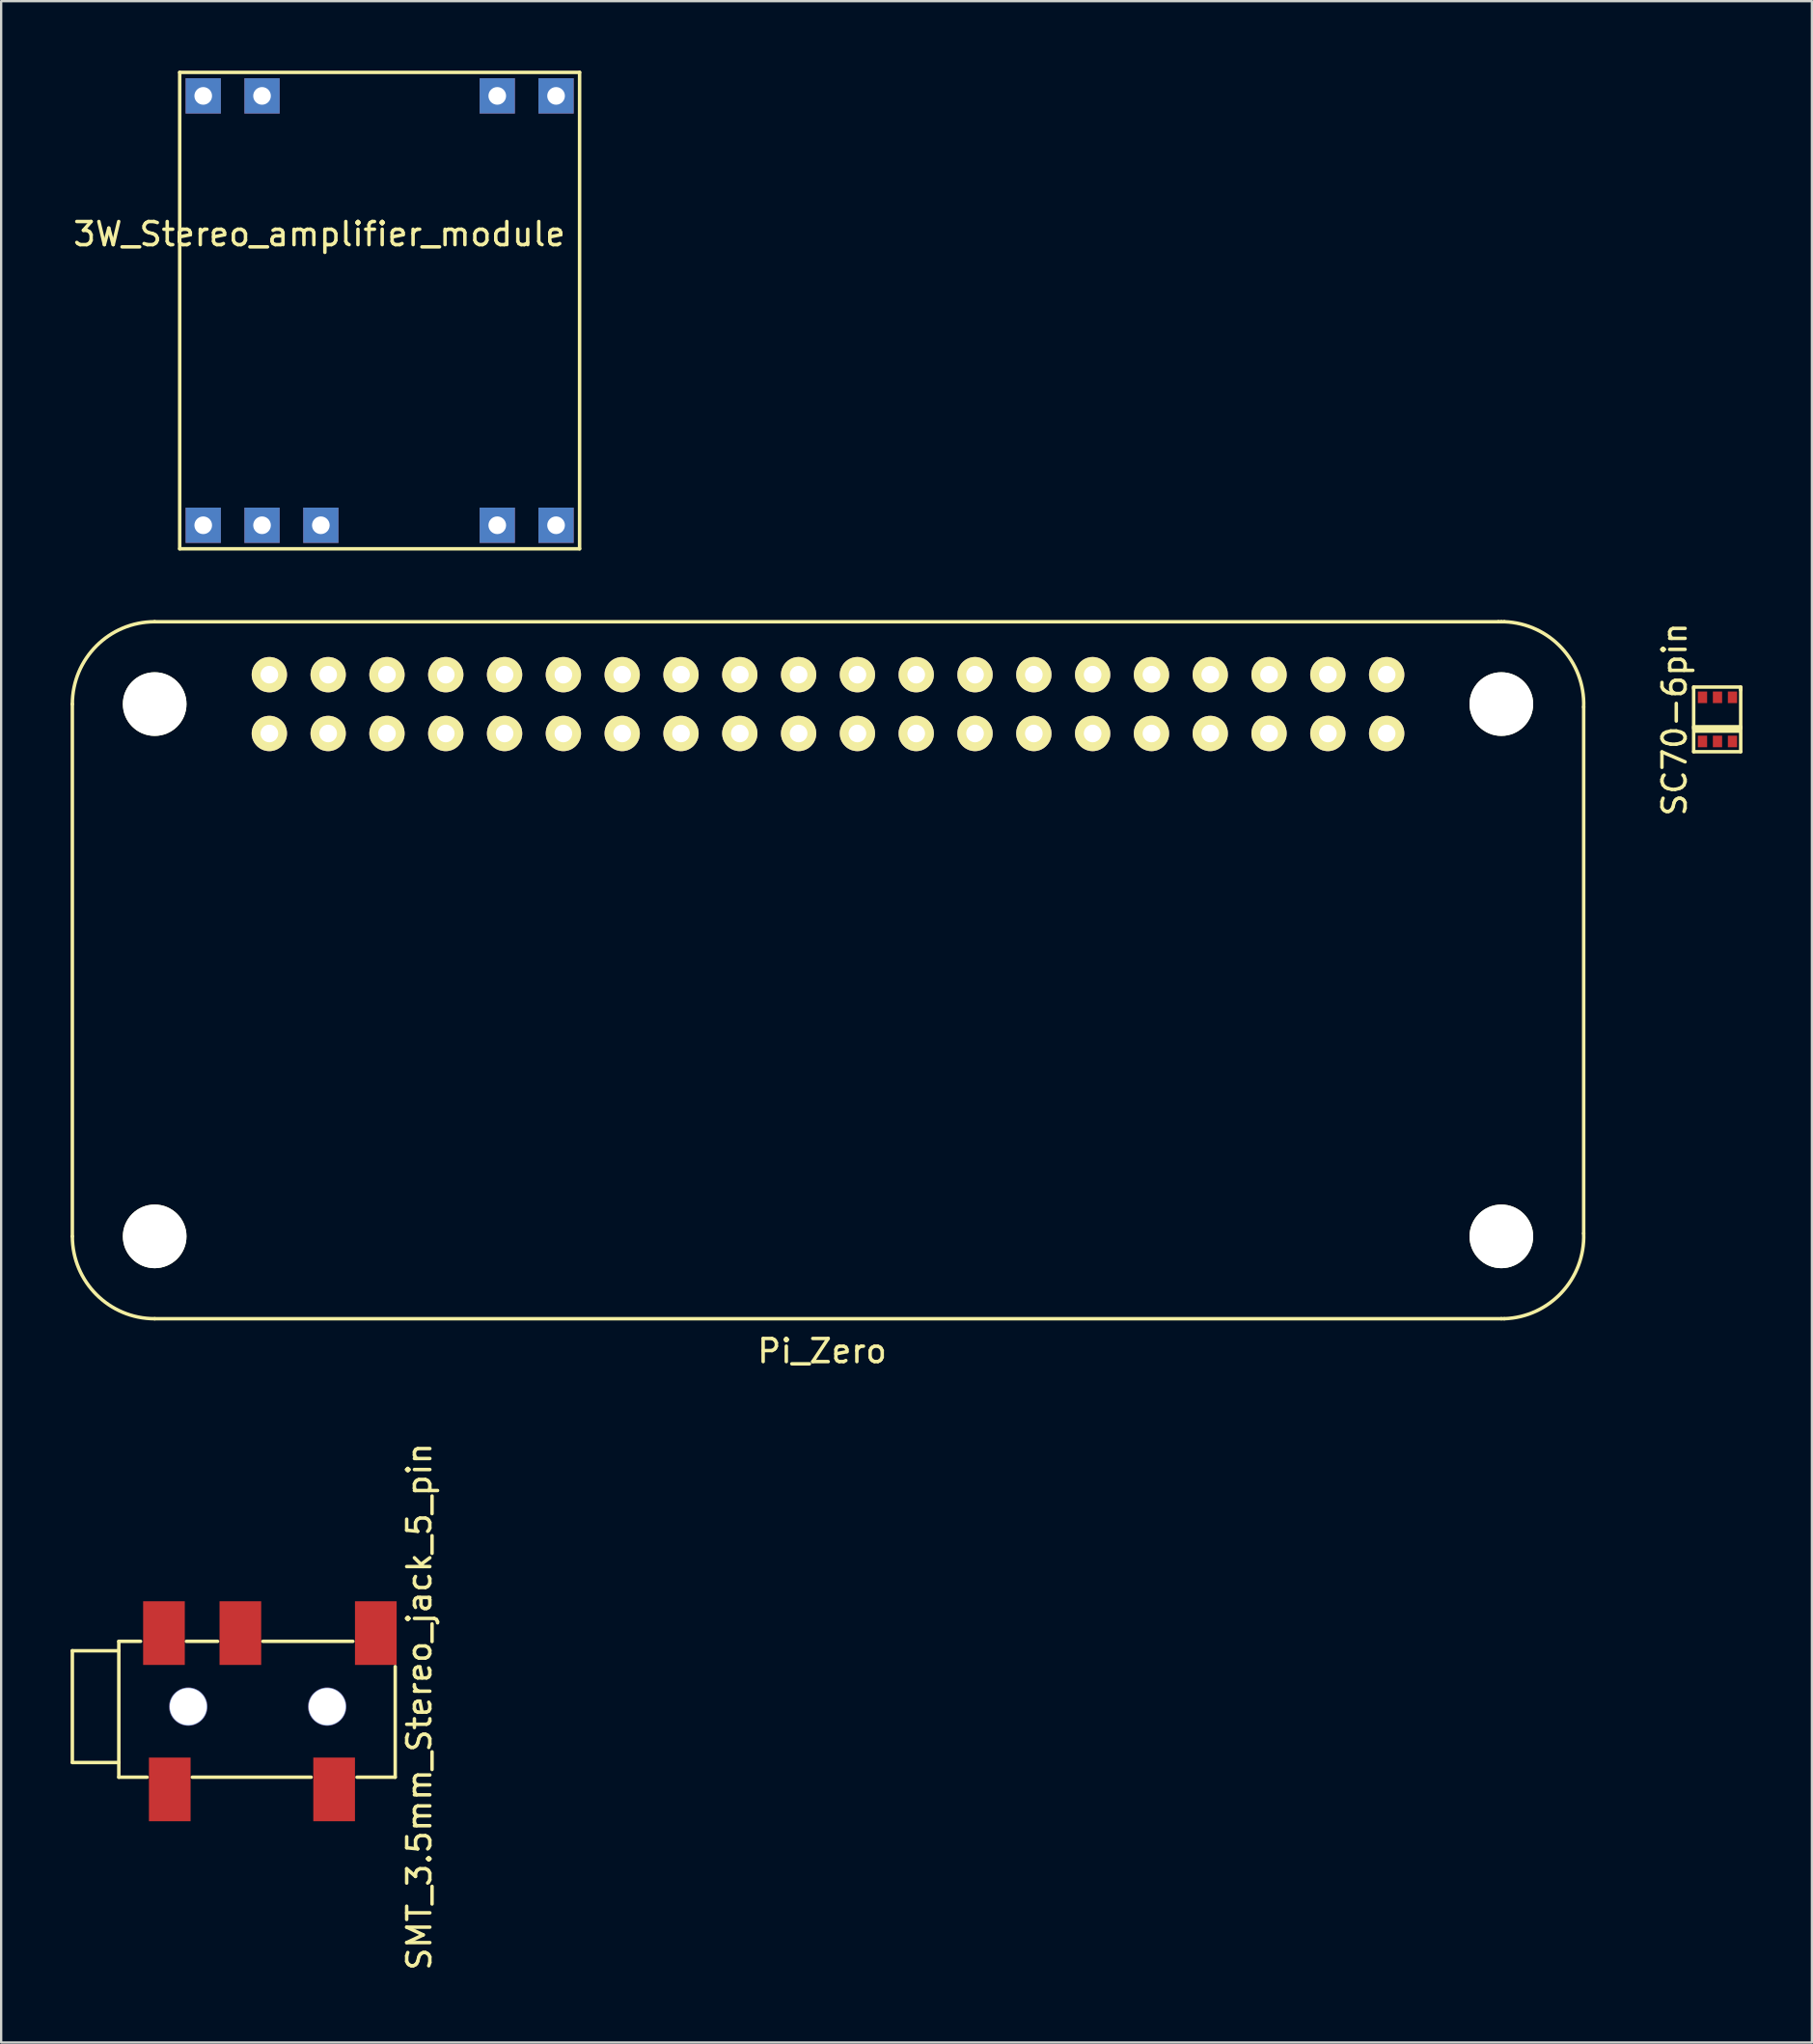
<source format=kicad_pcb>
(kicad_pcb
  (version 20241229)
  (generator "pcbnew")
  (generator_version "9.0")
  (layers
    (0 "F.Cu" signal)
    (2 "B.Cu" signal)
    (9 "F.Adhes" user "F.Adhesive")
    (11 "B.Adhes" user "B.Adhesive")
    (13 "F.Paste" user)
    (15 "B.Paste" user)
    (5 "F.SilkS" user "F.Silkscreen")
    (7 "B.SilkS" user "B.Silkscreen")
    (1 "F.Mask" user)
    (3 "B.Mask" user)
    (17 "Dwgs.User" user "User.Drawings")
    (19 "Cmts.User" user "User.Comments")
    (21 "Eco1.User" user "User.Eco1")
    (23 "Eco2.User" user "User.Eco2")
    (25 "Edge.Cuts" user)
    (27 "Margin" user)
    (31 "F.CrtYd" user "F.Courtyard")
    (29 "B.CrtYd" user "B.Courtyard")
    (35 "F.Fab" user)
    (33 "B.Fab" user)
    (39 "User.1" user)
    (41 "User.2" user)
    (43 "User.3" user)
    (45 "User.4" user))
  (footprint "3W_Stereo_amplifier_module"
    (layer "F.Cu")
    (at 5.728 1.091)
    (property "Reference" "3W_Stereo_amplifier_module" (at 5.016 5.969 0) (layer "F.SilkS") (effects (font (size 1 1) (thickness 0.15))))
    (attr through_hole)
    (fp_line (start -1.016 -1.016) (end 16.256 -1.016) (stroke (width 0.15) (type solid)) (layer "F.SilkS"))
    (fp_line (start -1.016 19.558) (end -1.016 -1.016) (stroke (width 0.15) (type solid)) (layer "F.SilkS"))
    (fp_line (start 16.256 -1.016) (end 16.256 19.558) (stroke (width 0.15) (type solid)) (layer "F.SilkS"))
    (fp_line (start 16.256 19.558) (end -1.016 19.558) (stroke (width 0.15) (type solid)) (layer "F.SilkS"))
    (pad "1" thru_hole rect (at 0 18.542) (size 1.524 1.524) (drill 0.762) (layers "*.Cu" "*.Mask"))
    (pad "2" thru_hole rect (at 2.54 18.542) (size 1.524 1.524) (drill 0.762) (layers "*.Cu" "*.Mask"))
    (pad "3" thru_hole rect (at 5.08 18.542) (size 1.524 1.524) (drill 0.762) (layers "*.Cu" "*.Mask"))
    (pad "4" thru_hole rect (at 12.7 18.542) (size 1.524 1.524) (drill 0.762) (layers "*.Cu" "*.Mask"))
    (pad "5" thru_hole rect (at 15.24 18.542) (size 1.524 1.524) (drill 0.762) (layers "*.Cu" "*.Mask"))
    (pad "6" thru_hole rect (at 15.24 0) (size 1.524 1.524) (drill 0.762) (layers "*.Cu" "*.Mask"))
    (pad "7" thru_hole rect (at 12.7 0) (size 1.524 1.524) (drill 0.762) (layers "*.Cu" "*.Mask"))
    (pad "8" thru_hole rect (at 2.54 0) (size 1.524 1.524) (drill 0.762) (layers "*.Cu" "*.Mask"))
    (pad "9" thru_hole rect (at 0 0) (size 1.524 1.524) (drill 0.762) (layers "*.Cu" "*.Mask")))
  (footprint "Pi_Zero"
    (layer "F.Cu")
    (at 32.714 37.007)
    (property "Reference" "Pi_Zero" (at -0.254 18.288 0) (layer "F.SilkS") (effects (font (size 1 1) (thickness 0.15))))
    (attr through_hole)
    (fp_line (start -32.639 13.335) (end -32.639 -9.652) (stroke (width 0.15) (type solid)) (layer "F.SilkS"))
    (fp_line (start -29.083 -13.208) (end 28.956 -13.208) (stroke (width 0.15) (type solid)) (layer "F.SilkS"))
    (fp_line (start 29.083 -13.208) (end 28.956 -13.208) (stroke (width 0.15) (type solid)) (layer "F.SilkS"))
    (fp_line (start 29.083 16.891) (end -29.083 16.891) (stroke (width 0.15) (type solid)) (layer "F.SilkS"))
    (fp_line (start 29.21 -13.208) (end 29.083 -13.208) (stroke (width 0.15) (type solid)) (layer "F.SilkS"))
    (fp_line (start 29.21 16.891) (end 29.083 16.891) (stroke (width 0.15) (type solid)) (layer "F.SilkS"))
    (fp_line (start 32.639 13.208) (end 32.639 -9.525) (stroke (width 0.15) (type solid)) (layer "F.SilkS"))
    (fp_arc (start -32.639 -9.652) (mid -31.597472 -12.166472) (end -29.083 -13.208) (stroke (width 0.15) (type solid)) (layer "F.SilkS"))
    (fp_arc (start -29.083 16.891) (mid -31.597472 15.849472) (end -32.639 13.335) (stroke (width 0.15) (type solid)) (layer "F.SilkS"))
    (fp_arc (start 29.21 -13.208) (mid 31.687274 -12.076669) (end 32.639 -9.525) (stroke (width 0.15) (type solid)) (layer "F.SilkS"))
    (fp_arc (start 32.639 13.208) (mid 31.687274 15.759669) (end 29.21 16.891) (stroke (width 0.15) (type solid)) (layer "F.SilkS"))
    (pad "" np_thru_hole circle (at -29.083 -9.652) (size 2.75 2.75) (drill 2.75) (layers "*.Cu" "*.Mask" "F.SilkS"))
    (pad "" np_thru_hole circle (at -29.083 13.335) (size 2.75 2.75) (drill 2.75) (layers "*.Cu" "*.Mask" "F.SilkS"))
    (pad "" np_thru_hole circle (at 29.083 -9.652) (size 2.75 2.75) (drill 2.75) (layers "*.Cu" "*.Mask" "F.SilkS"))
    (pad "" np_thru_hole circle (at 29.083 13.335) (size 2.75 2.75) (drill 2.75) (layers "*.Cu" "*.Mask" "F.SilkS"))
    (pad "1" thru_hole circle (at -24.13 -8.382) (size 1.524 1.524) (drill 0.762) (layers "*.Cu" "*.Mask" "F.SilkS"))
    (pad "2" thru_hole circle (at -24.13 -10.922) (size 1.524 1.524) (drill 0.762) (layers "*.Cu" "*.Mask" "F.SilkS"))
    (pad "3" thru_hole circle (at -21.59 -8.382) (size 1.524 1.524) (drill 0.762) (layers "*.Cu" "*.Mask" "F.SilkS"))
    (pad "4" thru_hole circle (at -21.59 -10.922) (size 1.524 1.524) (drill 0.762) (layers "*.Cu" "*.Mask" "F.SilkS"))
    (pad "5" thru_hole circle (at -19.05 -8.382) (size 1.524 1.524) (drill 0.762) (layers "*.Cu" "*.Mask" "F.SilkS"))
    (pad "6" thru_hole circle (at -19.05 -10.922) (size 1.524 1.524) (drill 0.762) (layers "*.Cu" "*.Mask" "F.SilkS"))
    (pad "7" thru_hole circle (at -16.51 -8.382) (size 1.524 1.524) (drill 0.762) (layers "*.Cu" "*.Mask" "F.SilkS"))
    (pad "8" thru_hole circle (at -16.51 -10.922) (size 1.524 1.524) (drill 0.762) (layers "*.Cu" "*.Mask" "F.SilkS"))
    (pad "9" thru_hole circle (at -13.97 -8.382) (size 1.524 1.524) (drill 0.762) (layers "*.Cu" "*.Mask" "F.SilkS"))
    (pad "10" thru_hole circle (at -13.97 -10.922) (size 1.524 1.524) (drill 0.762) (layers "*.Cu" "*.Mask" "F.SilkS"))
    (pad "11" thru_hole circle (at -11.43 -8.382) (size 1.524 1.524) (drill 0.762) (layers "*.Cu" "*.Mask" "F.SilkS"))
    (pad "12" thru_hole circle (at -11.43 -10.922) (size 1.524 1.524) (drill 0.762) (layers "*.Cu" "*.Mask" "F.SilkS"))
    (pad "13" thru_hole circle (at -8.89 -8.382) (size 1.524 1.524) (drill 0.762) (layers "*.Cu" "*.Mask" "F.SilkS"))
    (pad "14" thru_hole circle (at -8.89 -10.922) (size 1.524 1.524) (drill 0.762) (layers "*.Cu" "*.Mask" "F.SilkS"))
    (pad "15" thru_hole circle (at -6.35 -8.382) (size 1.524 1.524) (drill 0.762) (layers "*.Cu" "*.Mask" "F.SilkS"))
    (pad "16" thru_hole circle (at -6.35 -10.922) (size 1.524 1.524) (drill 0.762) (layers "*.Cu" "*.Mask" "F.SilkS"))
    (pad "17" thru_hole circle (at -3.81 -8.382) (size 1.524 1.524) (drill 0.762) (layers "*.Cu" "*.Mask" "F.SilkS"))
    (pad "18" thru_hole circle (at -3.81 -10.922) (size 1.524 1.524) (drill 0.762) (layers "*.Cu" "*.Mask" "F.SilkS"))
    (pad "19" thru_hole circle (at -1.27 -8.382) (size 1.524 1.524) (drill 0.762) (layers "*.Cu" "*.Mask" "F.SilkS"))
    (pad "20" thru_hole circle (at -1.27 -10.922) (size 1.524 1.524) (drill 0.762) (layers "*.Cu" "*.Mask" "F.SilkS"))
    (pad "21" thru_hole circle (at 1.27 -8.382) (size 1.524 1.524) (drill 0.762) (layers "*.Cu" "*.Mask" "F.SilkS"))
    (pad "22" thru_hole circle (at 1.27 -10.922) (size 1.524 1.524) (drill 0.762) (layers "*.Cu" "*.Mask" "F.SilkS"))
    (pad "23" thru_hole circle (at 3.81 -8.382) (size 1.524 1.524) (drill 0.762) (layers "*.Cu" "*.Mask" "F.SilkS"))
    (pad "24" thru_hole circle (at 3.81 -10.922) (size 1.524 1.524) (drill 0.762) (layers "*.Cu" "*.Mask" "F.SilkS"))
    (pad "25" thru_hole circle (at 6.35 -8.382) (size 1.524 1.524) (drill 0.762) (layers "*.Cu" "*.Mask" "F.SilkS"))
    (pad "26" thru_hole circle (at 6.35 -10.922) (size 1.524 1.524) (drill 0.762) (layers "*.Cu" "*.Mask" "F.SilkS"))
    (pad "27" thru_hole circle (at 8.89 -8.382) (size 1.524 1.524) (drill 0.762) (layers "*.Cu" "*.Mask" "F.SilkS"))
    (pad "28" thru_hole circle (at 8.89 -10.922) (size 1.524 1.524) (drill 0.762) (layers "*.Cu" "*.Mask" "F.SilkS"))
    (pad "29" thru_hole circle (at 11.43 -8.382) (size 1.524 1.524) (drill 0.762) (layers "*.Cu" "*.Mask" "F.SilkS"))
    (pad "30" thru_hole circle (at 11.43 -10.922) (size 1.524 1.524) (drill 0.762) (layers "*.Cu" "*.Mask" "F.SilkS"))
    (pad "31" thru_hole circle (at 13.97 -8.382) (size 1.524 1.524) (drill 0.762) (layers "*.Cu" "*.Mask" "F.SilkS"))
    (pad "32" thru_hole circle (at 13.97 -10.922) (size 1.524 1.524) (drill 0.762) (layers "*.Cu" "*.Mask" "F.SilkS"))
    (pad "33" thru_hole circle (at 16.51 -8.382) (size 1.524 1.524) (drill 0.762) (layers "*.Cu" "*.Mask" "F.SilkS"))
    (pad "34" thru_hole circle (at 16.51 -10.922) (size 1.524 1.524) (drill 0.762) (layers "*.Cu" "*.Mask" "F.SilkS"))
    (pad "35" thru_hole circle (at 19.05 -8.382) (size 1.524 1.524) (drill 0.762) (layers "*.Cu" "*.Mask" "F.SilkS"))
    (pad "36" thru_hole circle (at 19.05 -10.922) (size 1.524 1.524) (drill 0.762) (layers "*.Cu" "*.Mask" "F.SilkS"))
    (pad "37" thru_hole circle (at 21.59 -8.382) (size 1.524 1.524) (drill 0.762) (layers "*.Cu" "*.Mask" "F.SilkS"))
    (pad "38" thru_hole circle (at 21.59 -10.922) (size 1.524 1.524) (drill 0.762) (layers "*.Cu" "*.Mask" "F.SilkS"))
    (pad "39" thru_hole circle (at 24.13 -8.382) (size 1.524 1.524) (drill 0.762) (layers "*.Cu" "*.Mask" "F.SilkS"))
    (pad "40" thru_hole circle (at 24.13 -10.922) (size 1.524 1.524) (drill 0.762) (layers "*.Cu" "*.Mask" "F.SilkS")))
  (footprint "SC70-6pin"
    (layer "F.Cu")
    (at 71.12 28.016)
    (property "Reference" "SC70-6pin" (at -1.841 0 90) (layer "F.SilkS") (effects (font (size 1 1) (thickness 0.15))))
    (attr through_hole)
    (fp_line (start -1.016 -1.397) (end -1.016 -1.333) (stroke (width 0.15) (type solid)) (layer "F.SilkS"))
    (fp_line (start -1.016 -1.333) (end -1.016 1.397) (stroke (width 0.15) (type solid)) (layer "F.SilkS"))
    (fp_line (start -1.016 0.318) (end 1.016 0.318) (stroke (width 0.15) (type solid)) (layer "F.SilkS"))
    (fp_line (start -1.016 1.397) (end 1.016 1.397) (stroke (width 0.15) (type solid)) (layer "F.SilkS"))
    (fp_line (start -0.953 0.508) (end 0.953 0.508) (stroke (width 0.15) (type solid)) (layer "F.SilkS"))
    (fp_line (start 1.016 -1.397) (end -1.016 -1.397) (stroke (width 0.15) (type solid)) (layer "F.SilkS"))
    (fp_line (start 1.016 -1.397) (end 1.016 -1.27) (stroke (width 0.15) (type solid)) (layer "F.SilkS"))
    (fp_line (start 1.016 0.381) (end -1.016 0.381) (stroke (width 0.15) (type solid)) (layer "F.SilkS"))
    (fp_line (start 1.016 1.397) (end 1.016 -1.333) (stroke (width 0.15) (type solid)) (layer "F.SilkS"))
    (pad "1" smd rect (at -0.635 0.953) (size 0.4 0.5) (layers "F.Cu" "F.Mask" "F.Paste"))
    (pad "2" smd rect (at 0.013 0.953) (size 0.4 0.5) (layers "F.Cu" "F.Mask" "F.Paste"))
    (pad "3" smd rect (at 0.66 0.953) (size 0.4 0.5) (layers "F.Cu" "F.Mask" "F.Paste"))
    (pad "4" smd rect (at 0.66 -0.953) (size 0.4 0.5) (layers "F.Cu" "F.Mask" "F.Paste"))
    (pad "5" smd rect (at 0.013 -0.953) (size 0.4 0.5) (layers "F.Cu" "F.Mask" "F.Paste"))
    (pad "6" smd rect (at -0.635 -0.953) (size 0.4 0.5) (layers "F.Cu" "F.Mask" "F.Paste")))
  (footprint "SMT_3.5mm_Stereo_jack_5_pin"
    (layer "F.Cu")
    (at 2.082 70.649)
    (property "Reference" "SMT_3.5mm_Stereo_jack_5_pin" (at 12.979 0 90) (layer "F.SilkS") (effects (font (size 1 1) (thickness 0.15))))
    (attr through_hole)
    (fp_line (start -2.007 -2.413) (end -2.007 2.413) (stroke (width 0.15) (type solid)) (layer "F.SilkS"))
    (fp_line (start -2.007 2.413) (end 0 2.413) (stroke (width 0.15) (type solid)) (layer "F.SilkS"))
    (fp_line (start 0 -2.819) (end 0.94 -2.819) (stroke (width 0.15) (type solid)) (layer "F.SilkS"))
    (fp_line (start 0 -2.413) (end -2.007 -2.413) (stroke (width 0.15) (type solid)) (layer "F.SilkS"))
    (fp_line (start 0 3.048) (end 0 -2.819) (stroke (width 0.15) (type solid)) (layer "F.SilkS"))
    (fp_line (start 1.219 3.048) (end 0 3.048) (stroke (width 0.15) (type solid)) (layer "F.SilkS"))
    (fp_line (start 2.921 -2.819) (end 4.267 -2.819) (stroke (width 0.15) (type solid)) (layer "F.SilkS"))
    (fp_line (start 6.223 -2.819) (end 10.109 -2.819) (stroke (width 0.15) (type solid)) (layer "F.SilkS"))
    (fp_line (start 8.306 3.048) (end 3.175 3.048) (stroke (width 0.15) (type solid)) (layer "F.SilkS"))
    (fp_line (start 11.938 -1.727) (end 11.938 3.048) (stroke (width 0.15) (type solid)) (layer "F.SilkS"))
    (fp_line (start 11.938 3.048) (end 10.287 3.048) (stroke (width 0.15) (type solid)) (layer "F.SilkS"))
    (pad "" np_thru_hole circle (at 3 0) (size 1.65 1.65) (drill 1.6) (layers "*.Cu" "*.Mask"))
    (pad "" np_thru_hole circle (at 9 0) (size 1.65 1.65) (drill 1.6) (layers "*.Cu" "*.Mask"))
    (pad "1" smd rect (at 1.95 -3.175) (size 1.8 2.75) (layers "F.Cu" "F.Mask" "F.Paste"))
    (pad "2" smd rect (at 9.3 3.575) (size 1.8 2.75) (layers "F.Cu" "F.Mask" "F.Paste"))
    (pad "3" smd rect (at 5.25 -3.175) (size 1.8 2.75) (layers "F.Cu" "F.Mask" "F.Paste"))
    (pad "4" smd rect (at 2.2 3.575) (size 1.8 2.75) (layers "F.Cu" "F.Mask" "F.Paste"))
    (pad "5" smd rect (at 11.1 -3.175) (size 1.8 2.75) (layers "F.Cu" "F.Mask" "F.Paste")))
  (gr_rect
    (start -3 -3)
    (end 75.211 85.155)
    (stroke (width 0.1) (type default))
    (fill no)
    (layer "Edge.Cuts")))
</source>
